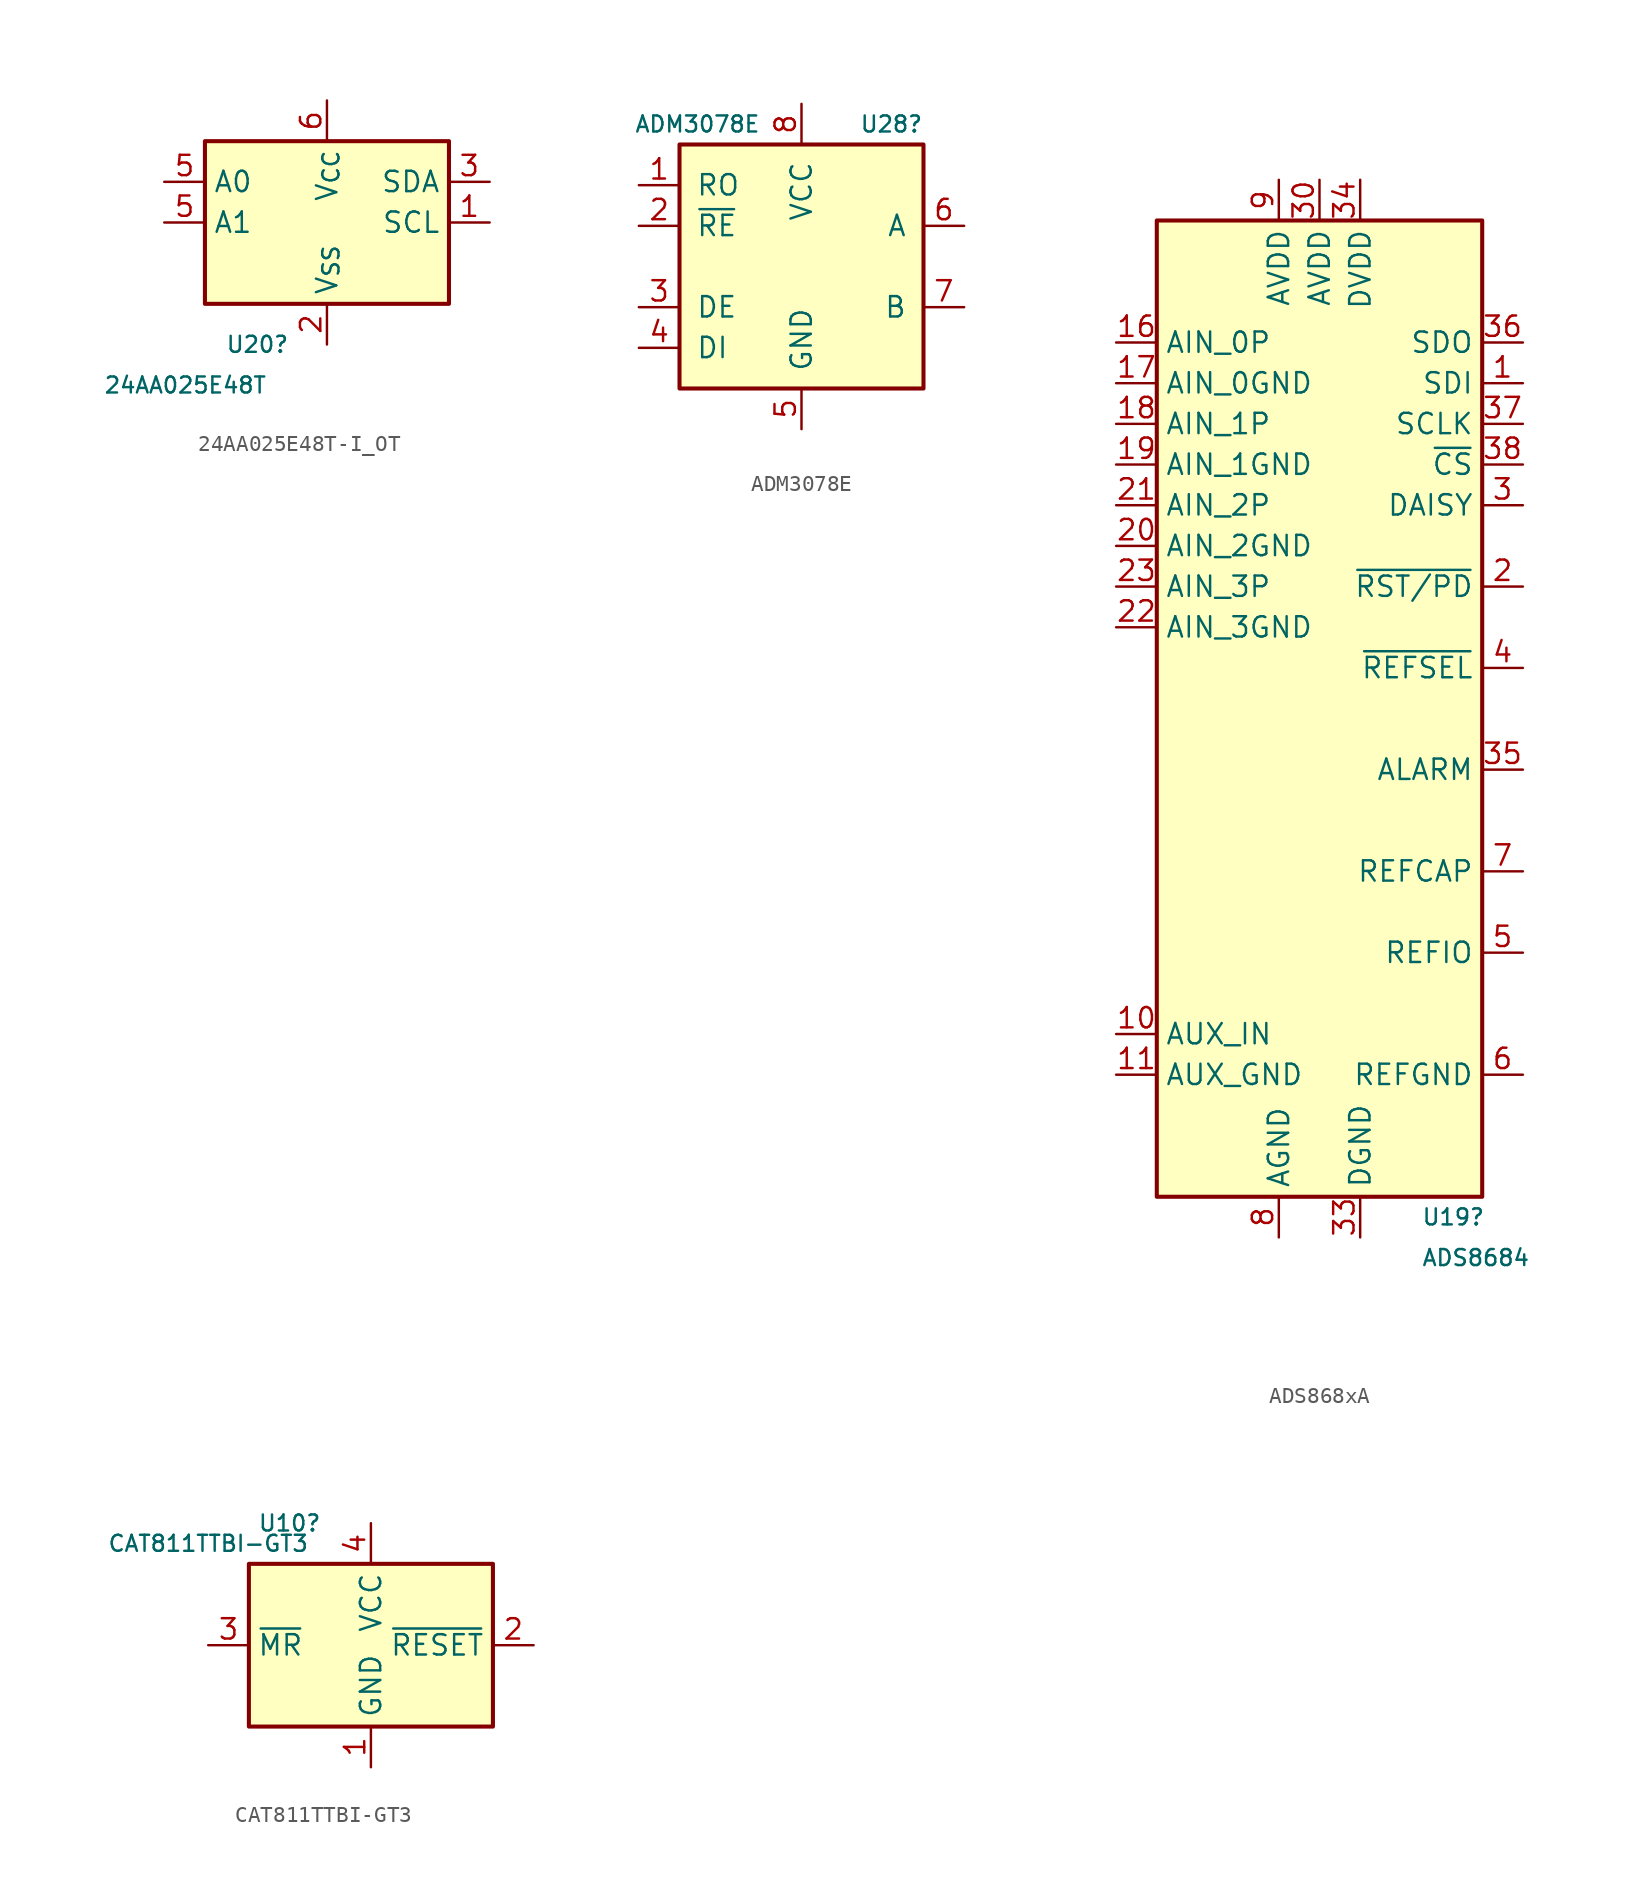
<source format=kicad_sym>
(kicad_symbol_lib
  (version 20231120)
  (generator "kicad_symbol_editor")
  (generator_version "8.0")
  (symbol "24AA025E48T-I_OT"
    (property "Reference" "U20"
      (at -6.35 -7.62 0)
      (effects (font (size 1 1)) (justify left)))
    (property "Value" "24AA025E48T"
      (at -13.97 -10.16 0)
      (effects (font (size 1 1)) (justify left)))
    (symbol "24AA025E48T-I_OT_1_1"
      (rectangle (start -7.62 5.08) (end 7.62 -5.08) (stroke (width 0.254) (type default)) (fill (type background)))
      (pin input line (at 10.16 0 180) (length 2.54) (name "SCL" (effects (font (size 1.27 1.27)))) (number "1" (effects (font (size 1.27 1.27)))))
      (pin power_in line (at 0 -7.62 90) (length 2.54) (name "V_{SS}" (effects (font (size 1.27 1.27)))) (number "2" (effects (font (size 1.27 1.27)))))
      (pin bidirectional line (at 10.16 2.54 180) (length 2.54) (name "SDA" (effects (font (size 1.27 1.27)))) (number "3" (effects (font (size 1.27 1.27)))))
      (pin input line (at -10.16 2.54 0) (length 2.54) (name "A0" (effects (font (size 1.27 1.27)))) (number "5" (effects (font (size 1.27 1.27)))))
      (pin input line (at -10.16 0 0) (length 2.54) (name "A1" (effects (font (size 1.27 1.27)))) (number "5" (effects (font (size 1.27 1.27)))))
      (pin power_in line (at 0 7.62 270) (length 2.54) (name "V_{CC}" (effects (font (size 1.27 1.27)))) (number "6" (effects (font (size 1.27 1.27)))))))
  (symbol "ADM3078E"
    (pin_names
      (offset 1.016))
    (property "Reference" "U28"
      (at 7.62 8.89 0)
      (effects (font (size 1 1)) (justify right)))
    (property "Value" "ADM3078E"
      (at -2.54 8.89 0)
      (effects (font (size 1 1)) (justify right)))
    (symbol "ADM3078E_0_1"
      (rectangle (start -7.62 7.62) (end 7.62 -7.62) (stroke (width 0.254) (type default)) (fill (type background))))
    (symbol "ADM3078E_1_1"
      (pin output line (at -10.16 5.08 0) (length 2.54) (name "RO" (effects (font (size 1.27 1.27)))) (number "1" (effects (font (size 1.27 1.27)))))
      (pin input line (at -10.16 2.54 0) (length 2.54) (name "~{RE}" (effects (font (size 1.27 1.27)))) (number "2" (effects (font (size 1.27 1.27)))))
      (pin input line (at -10.16 -2.54 0) (length 2.54) (name "DE" (effects (font (size 1.27 1.27)))) (number "3" (effects (font (size 1.27 1.27)))))
      (pin input line (at -10.16 -5.08 0) (length 2.54) (name "DI" (effects (font (size 1.27 1.27)))) (number "4" (effects (font (size 1.27 1.27)))))
      (pin power_in line (at 0 -10.16 90) (length 2.54) (name "GND" (effects (font (size 1.27 1.27)))) (number "5" (effects (font (size 1.27 1.27)))))
      (pin bidirectional line (at 10.16 2.54 180) (length 2.54) (name "A" (effects (font (size 1.27 1.27)))) (number "6" (effects (font (size 1.27 1.27)))))
      (pin bidirectional line (at 10.16 -2.54 180) (length 2.54) (name "B" (effects (font (size 1.27 1.27)))) (number "7" (effects (font (size 1.27 1.27)))))
      (pin power_in line (at 0 10.16 270) (length 2.54) (name "VCC" (effects (font (size 1.27 1.27)))) (number "8" (effects (font (size 1.27 1.27)))))))
  (symbol "ADS868xA"
    (property "Reference" "U19"
      (at 6.35 -31.75 0)
      (effects (font (size 1 1)) (justify left)))
    (property "Value" "ADS8684"
      (at 6.35 -34.29 0)
      (effects (font (size 1 1)) (justify left)))
    (symbol "ADS868xA_0_1"
      (rectangle (start -10.16 30.48) (end 10.16 -30.48) (stroke (width 0.254) (type default)) (fill (type background))))
    (symbol "ADS868xA_1_1"
      (pin input line (at 12.7 20.32 180) (length 2.54) (name "SDI" (effects (font (size 1.27 1.27)))) (number "1" (effects (font (size 1.27 1.27)))))
      (pin input line (at -12.7 -20.32 0) (length 2.54) (name "AUX_IN" (effects (font (size 1.27 1.27)))) (number "10" (effects (font (size 1.27 1.27)))))
      (pin input line (at -12.7 -22.86 0) (length 2.54) (name "AUX_GND" (effects (font (size 1.27 1.27)))) (number "11" (effects (font (size 1.27 1.27)))))
      (pin no_connect line (at -10.16 -7.62 0) (length 2.54) hide (name "NC" (effects (font (size 1.27 1.27)))) (number "12" (effects (font (size 1.27 1.27)))))
      (pin no_connect line (at -10.16 -10.16 0) (length 2.54) hide (name "NC" (effects (font (size 1.27 1.27)))) (number "13" (effects (font (size 1.27 1.27)))))
      (pin no_connect line (at -10.16 -12.7 0) (length 2.54) hide (name "NC" (effects (font (size 1.27 1.27)))) (number "14" (effects (font (size 1.27 1.27)))))
      (pin no_connect line (at -10.16 -15.24 0) (length 2.54) hide (name "NC" (effects (font (size 1.27 1.27)))) (number "15" (effects (font (size 1.27 1.27)))))
      (pin input line (at -12.7 22.86 0) (length 2.54) (name "AIN_0P" (effects (font (size 1.27 1.27)))) (number "16" (effects (font (size 1.27 1.27)))))
      (pin input line (at -12.7 20.32 0) (length 2.54) (name "AIN_0GND" (effects (font (size 1.27 1.27)))) (number "17" (effects (font (size 1.27 1.27)))))
      (pin input line (at -12.7 17.78 0) (length 2.54) (name "AIN_1P" (effects (font (size 1.27 1.27)))) (number "18" (effects (font (size 1.27 1.27)))))
      (pin input line (at -12.7 15.24 0) (length 2.54) (name "AIN_1GND" (effects (font (size 1.27 1.27)))) (number "19" (effects (font (size 1.27 1.27)))))
      (pin input line (at 12.7 7.62 180) (length 2.54) (name "~{RST/PD}" (effects (font (size 1.27 1.27)))) (number "2" (effects (font (size 1.27 1.27)))))
      (pin input line (at -12.7 10.16 0) (length 2.54) (name "AIN_2GND" (effects (font (size 1.27 1.27)))) (number "20" (effects (font (size 1.27 1.27)))))
      (pin input line (at -12.7 12.7 0) (length 2.54) (name "AIN_2P" (effects (font (size 1.27 1.27)))) (number "21" (effects (font (size 1.27 1.27)))))
      (pin input line (at -12.7 5.08 0) (length 2.54) (name "AIN_3GND" (effects (font (size 1.27 1.27)))) (number "22" (effects (font (size 1.27 1.27)))))
      (pin input line (at -12.7 7.62 0) (length 2.54) (name "AIN_3P" (effects (font (size 1.27 1.27)))) (number "23" (effects (font (size 1.27 1.27)))))
      (pin no_connect line (at -10.16 0 0) (length 2.54) hide (name "NC" (effects (font (size 1.27 1.27)))) (number "24" (effects (font (size 1.27 1.27)))))
      (pin no_connect line (at -10.16 2.54 0) (length 2.54) hide (name "NC" (effects (font (size 1.27 1.27)))) (number "25" (effects (font (size 1.27 1.27)))))
      (pin no_connect line (at -10.16 -5.08 0) (length 2.54) hide (name "NC" (effects (font (size 1.27 1.27)))) (number "26" (effects (font (size 1.27 1.27)))))
      (pin no_connect line (at -10.16 -2.54 0) (length 2.54) hide (name "NC" (effects (font (size 1.27 1.27)))) (number "27" (effects (font (size 1.27 1.27)))))
      (pin passive line (at -2.54 -33.02 90) (length 2.54) hide (name "AGND" (effects (font (size 1.27 1.27)))) (number "28" (effects (font (size 1.27 1.27)))))
      (pin passive line (at -2.54 -33.02 90) (length 2.54) hide (name "AGND" (effects (font (size 1.27 1.27)))) (number "29" (effects (font (size 1.27 1.27)))))
      (pin input line (at 12.7 12.7 180) (length 2.54) (name "DAISY" (effects (font (size 1.27 1.27)))) (number "3" (effects (font (size 1.27 1.27)))))
      (pin power_in line (at 0 33.02 270) (length 2.54) (name "AVDD" (effects (font (size 1.27 1.27)))) (number "30" (effects (font (size 1.27 1.27)))))
      (pin passive line (at -2.54 -33.02 90) (length 2.54) hide (name "AGND" (effects (font (size 1.27 1.27)))) (number "31" (effects (font (size 1.27 1.27)))))
      (pin passive line (at -2.54 -33.02 90) (length 2.54) hide (name "AGND" (effects (font (size 1.27 1.27)))) (number "32" (effects (font (size 1.27 1.27)))))
      (pin power_in line (at 2.54 -33.02 90) (length 2.54) (name "DGND" (effects (font (size 1.27 1.27)))) (number "33" (effects (font (size 1.27 1.27)))))
      (pin power_in line (at 2.54 33.02 270) (length 2.54) (name "DVDD" (effects (font (size 1.27 1.27)))) (number "34" (effects (font (size 1.27 1.27)))))
      (pin output line (at 12.7 -3.81 180) (length 2.54) (name "ALARM" (effects (font (size 1.27 1.27)))) (number "35" (effects (font (size 1.27 1.27)))))
      (pin output line (at 12.7 22.86 180) (length 2.54) (name "SDO" (effects (font (size 1.27 1.27)))) (number "36" (effects (font (size 1.27 1.27)))))
      (pin input line (at 12.7 17.78 180) (length 2.54) (name "SCLK" (effects (font (size 1.27 1.27)))) (number "37" (effects (font (size 1.27 1.27)))))
      (pin input line (at 12.7 15.24 180) (length 2.54) (name "~{CS}" (effects (font (size 1.27 1.27)))) (number "38" (effects (font (size 1.27 1.27)))))
      (pin input line (at 12.7 2.54 180) (length 2.54) (name "~{REFSEL}" (effects (font (size 1.27 1.27)))) (number "4" (effects (font (size 1.27 1.27)))))
      (pin passive line (at 12.7 -15.24 180) (length 2.54) (name "REFIO" (effects (font (size 1.27 1.27)))) (number "5" (effects (font (size 1.27 1.27)))))
      (pin power_in line (at 12.7 -22.86 180) (length 2.54) (name "REFGND" (effects (font (size 1.27 1.27)))) (number "6" (effects (font (size 1.27 1.27)))))
      (pin passive line (at 12.7 -10.16 180) (length 2.54) (name "REFCAP" (effects (font (size 1.27 1.27)))) (number "7" (effects (font (size 1.27 1.27)))))
      (pin power_in line (at -2.54 -33.02 90) (length 2.54) (name "AGND" (effects (font (size 1.27 1.27)))) (number "8" (effects (font (size 1.27 1.27)))))
      (pin power_in line (at -2.54 33.02 270) (length 2.54) (name "AVDD" (effects (font (size 1.27 1.27)))) (number "9" (effects (font (size 1.27 1.27)))))))
  (symbol "CAT811TTBI-GT3"
    (property "Reference" "U10"
      (at -5.08 7.62 0)
      (effects (font (size 1 1))))
    (property "Value" "CAT811TTBI-GT3"
      (at -10.16 6.35 0)
      (effects (font (size 1 1))))
    (symbol "CAT811TTBI-GT3_0_1"
      (rectangle (start -7.62 5.08) (end 7.62 -5.08) (stroke (width 0.254) (type default)) (fill (type background))))
    (symbol "CAT811TTBI-GT3_1_1"
      (pin power_in line (at 0 -7.62 90) (length 2.54) (name "GND" (effects (font (size 1.27 1.27)))) (number "1" (effects (font (size 1.27 1.27)))))
      (pin output line (at 10.16 0 180) (length 2.54) (name "~{RESET}" (effects (font (size 1.27 1.27)))) (number "2" (effects (font (size 1.27 1.27)))))
      (pin input line (at -10.16 0 0) (length 2.54) (name "~{MR}" (effects (font (size 1.27 1.27)))) (number "3" (effects (font (size 1.27 1.27)))))
      (pin power_in line (at 0 7.62 270) (length 2.54) (name "VCC" (effects (font (size 1.27 1.27)))) (number "4" (effects (font (size 1.27 1.27))))))))
</source>
